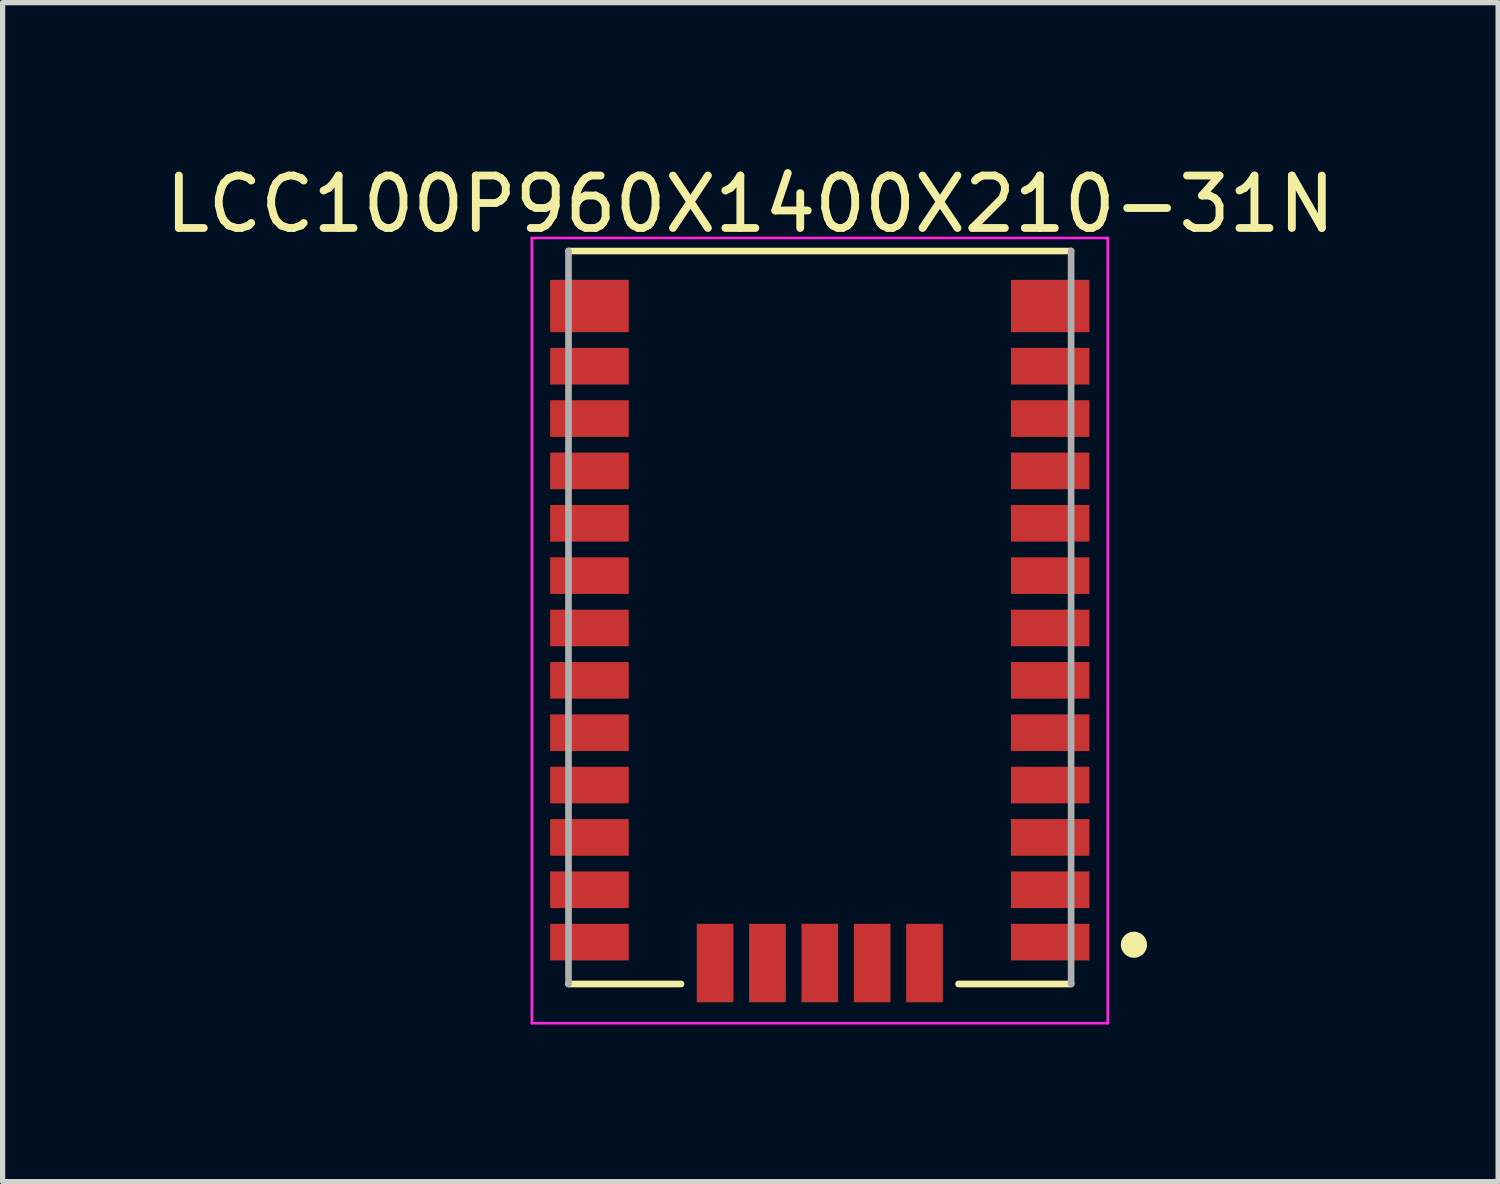
<source format=kicad_pcb>
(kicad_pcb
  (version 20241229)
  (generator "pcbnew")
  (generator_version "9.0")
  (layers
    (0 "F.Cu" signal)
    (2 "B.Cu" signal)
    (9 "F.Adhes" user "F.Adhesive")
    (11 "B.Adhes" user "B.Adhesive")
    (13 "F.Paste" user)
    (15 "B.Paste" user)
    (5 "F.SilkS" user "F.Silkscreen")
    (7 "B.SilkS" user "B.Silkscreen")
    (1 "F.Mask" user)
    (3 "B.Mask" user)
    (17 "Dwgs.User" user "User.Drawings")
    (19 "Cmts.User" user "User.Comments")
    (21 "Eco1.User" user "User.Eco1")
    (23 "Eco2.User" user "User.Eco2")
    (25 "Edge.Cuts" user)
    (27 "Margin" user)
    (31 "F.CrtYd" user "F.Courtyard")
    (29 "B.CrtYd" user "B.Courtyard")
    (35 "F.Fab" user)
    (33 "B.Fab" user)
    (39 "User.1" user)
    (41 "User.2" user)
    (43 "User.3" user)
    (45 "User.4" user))
  (footprint "LCC100P960X1400X210-31N"
    (layer "F.Cu")
    (at 12.609 8.745)
    (property "Reference" "LCC100P960X1400X210-31N" (at -1.327 -7.896 0) (layer "F.SilkS") (effects (font (size 1.001 1.001) (thickness 0.15))))
    (attr smd)
    (fp_line (start -4.8 -7) (end 4.8 -7) (stroke (width 0.127) (type solid)) (layer "F.SilkS"))
    (fp_line (start -2.65 7) (end -4.8 7) (stroke (width 0.127) (type solid)) (layer "F.SilkS"))
    (fp_line (start 4.8 7) (end 2.65 7) (stroke (width 0.127) (type solid)) (layer "F.SilkS"))
    (fp_circle (center 6 6.25) (end 6.25 6.25) (stroke (width 0) (type solid)) (fill yes) (layer "F.SilkS"))
    (fp_line (start -5.5 -7.25) (end 5.5 -7.25) (stroke (width 0.05) (type solid)) (layer "F.CrtYd"))
    (fp_line (start -5.5 7.75) (end -5.5 -7.25) (stroke (width 0.05) (type solid)) (layer "F.CrtYd"))
    (fp_line (start 5.5 -7.25) (end 5.5 7.75) (stroke (width 0.05) (type solid)) (layer "F.CrtYd"))
    (fp_line (start 5.5 7.75) (end -5.5 7.75) (stroke (width 0.05) (type solid)) (layer "F.CrtYd"))
    (fp_line (start -4.8 7) (end -4.8 -7) (stroke (width 0.127) (type solid)) (layer "F.Fab"))
    (fp_line (start 4.8 -7) (end 4.8 7) (stroke (width 0.127) (type solid)) (layer "F.Fab"))
    (pad "1" smd rect (at 4.4 6.2 180) (size 1.5 0.7) (layers "F.Cu" "F.Mask" "F.Paste"))
    (pad "2" smd rect (at 4.4 5.2 180) (size 1.5 0.7) (layers "F.Cu" "F.Mask" "F.Paste"))
    (pad "3" smd rect (at 4.4 4.2 180) (size 1.5 0.7) (layers "F.Cu" "F.Mask" "F.Paste"))
    (pad "4" smd rect (at 4.4 3.2 180) (size 1.5 0.7) (layers "F.Cu" "F.Mask" "F.Paste"))
    (pad "5" smd rect (at 4.4 2.2 180) (size 1.5 0.7) (layers "F.Cu" "F.Mask" "F.Paste"))
    (pad "6" smd rect (at 4.4 1.2 180) (size 1.5 0.7) (layers "F.Cu" "F.Mask" "F.Paste"))
    (pad "7" smd rect (at 4.4 0.2 180) (size 1.5 0.7) (layers "F.Cu" "F.Mask" "F.Paste"))
    (pad "8" smd rect (at 4.4 -0.8 180) (size 1.5 0.7) (layers "F.Cu" "F.Mask" "F.Paste"))
    (pad "9" smd rect (at 4.4 -1.8 180) (size 1.5 0.7) (layers "F.Cu" "F.Mask" "F.Paste"))
    (pad "10" smd rect (at 4.4 -2.8 180) (size 1.5 0.7) (layers "F.Cu" "F.Mask" "F.Paste"))
    (pad "11" smd rect (at 4.4 -3.8 180) (size 1.5 0.7) (layers "F.Cu" "F.Mask" "F.Paste"))
    (pad "12" smd rect (at 4.4 -4.8 180) (size 1.5 0.7) (layers "F.Cu" "F.Mask" "F.Paste"))
    (pad "13" smd rect (at 4.4 -5.95 180) (size 1.5 1) (layers "F.Cu" "F.Mask" "F.Paste"))
    (pad "14" smd rect (at -4.4 -5.95 180) (size 1.5 1) (layers "F.Cu" "F.Mask" "F.Paste"))
    (pad "15" smd rect (at -4.4 -4.8 180) (size 1.5 0.7) (layers "F.Cu" "F.Mask" "F.Paste"))
    (pad "16" smd rect (at -4.4 -3.8 180) (size 1.5 0.7) (layers "F.Cu" "F.Mask" "F.Paste"))
    (pad "17" smd rect (at -4.4 -2.8 180) (size 1.5 0.7) (layers "F.Cu" "F.Mask" "F.Paste"))
    (pad "18" smd rect (at -4.4 -1.8 180) (size 1.5 0.7) (layers "F.Cu" "F.Mask" "F.Paste"))
    (pad "19" smd rect (at -4.4 -0.8 180) (size 1.5 0.7) (layers "F.Cu" "F.Mask" "F.Paste"))
    (pad "20" smd rect (at -4.4 0.2 180) (size 1.5 0.7) (layers "F.Cu" "F.Mask" "F.Paste"))
    (pad "21" smd rect (at -4.4 1.2 180) (size 1.5 0.7) (layers "F.Cu" "F.Mask" "F.Paste"))
    (pad "22" smd rect (at -4.4 2.2 180) (size 1.5 0.7) (layers "F.Cu" "F.Mask" "F.Paste"))
    (pad "23" smd rect (at -4.4 3.2 180) (size 1.5 0.7) (layers "F.Cu" "F.Mask" "F.Paste"))
    (pad "24" smd rect (at -4.4 4.2 180) (size 1.5 0.7) (layers "F.Cu" "F.Mask" "F.Paste"))
    (pad "25" smd rect (at -4.4 5.2 180) (size 1.5 0.7) (layers "F.Cu" "F.Mask" "F.Paste"))
    (pad "26" smd rect (at -4.4 6.2 180) (size 1.5 0.7) (layers "F.Cu" "F.Mask" "F.Paste"))
    (pad "27" smd rect (at -2 6.6 90) (size 1.5 0.7) (layers "F.Cu" "F.Mask" "F.Paste"))
    (pad "28" smd rect (at -1 6.6 90) (size 1.5 0.7) (layers "F.Cu" "F.Mask" "F.Paste"))
    (pad "29" smd rect (at 0 6.6 90) (size 1.5 0.7) (layers "F.Cu" "F.Mask" "F.Paste"))
    (pad "30" smd rect (at 1 6.6 90) (size 1.5 0.7) (layers "F.Cu" "F.Mask" "F.Paste"))
    (pad "31" smd rect (at 2 6.6 90) (size 1.5 0.7) (layers "F.Cu" "F.Mask" "F.Paste"))
    (zone (net_name "") (layer "F.Cu") (hatch full 0.508) (connect_pads) (min_thickness 0.01) (filled_areas_thickness no) (keepout (tracks not_allowed) (vias not_allowed) (pads not_allowed) (copperpour not_allowed) (footprints allowed)) (placement (enabled no)) (fill) (polygon (pts (xy 9.008 1.742) (xy 16.207 1.742) (xy 16.207 6.545) (xy 9.008 6.545)))))
  (gr_rect
    (start -3 -3)
    (end 25.565 19.52)
    (stroke (width 0.1) (type default))
    (fill no)
    (layer "Edge.Cuts")))
</source>
